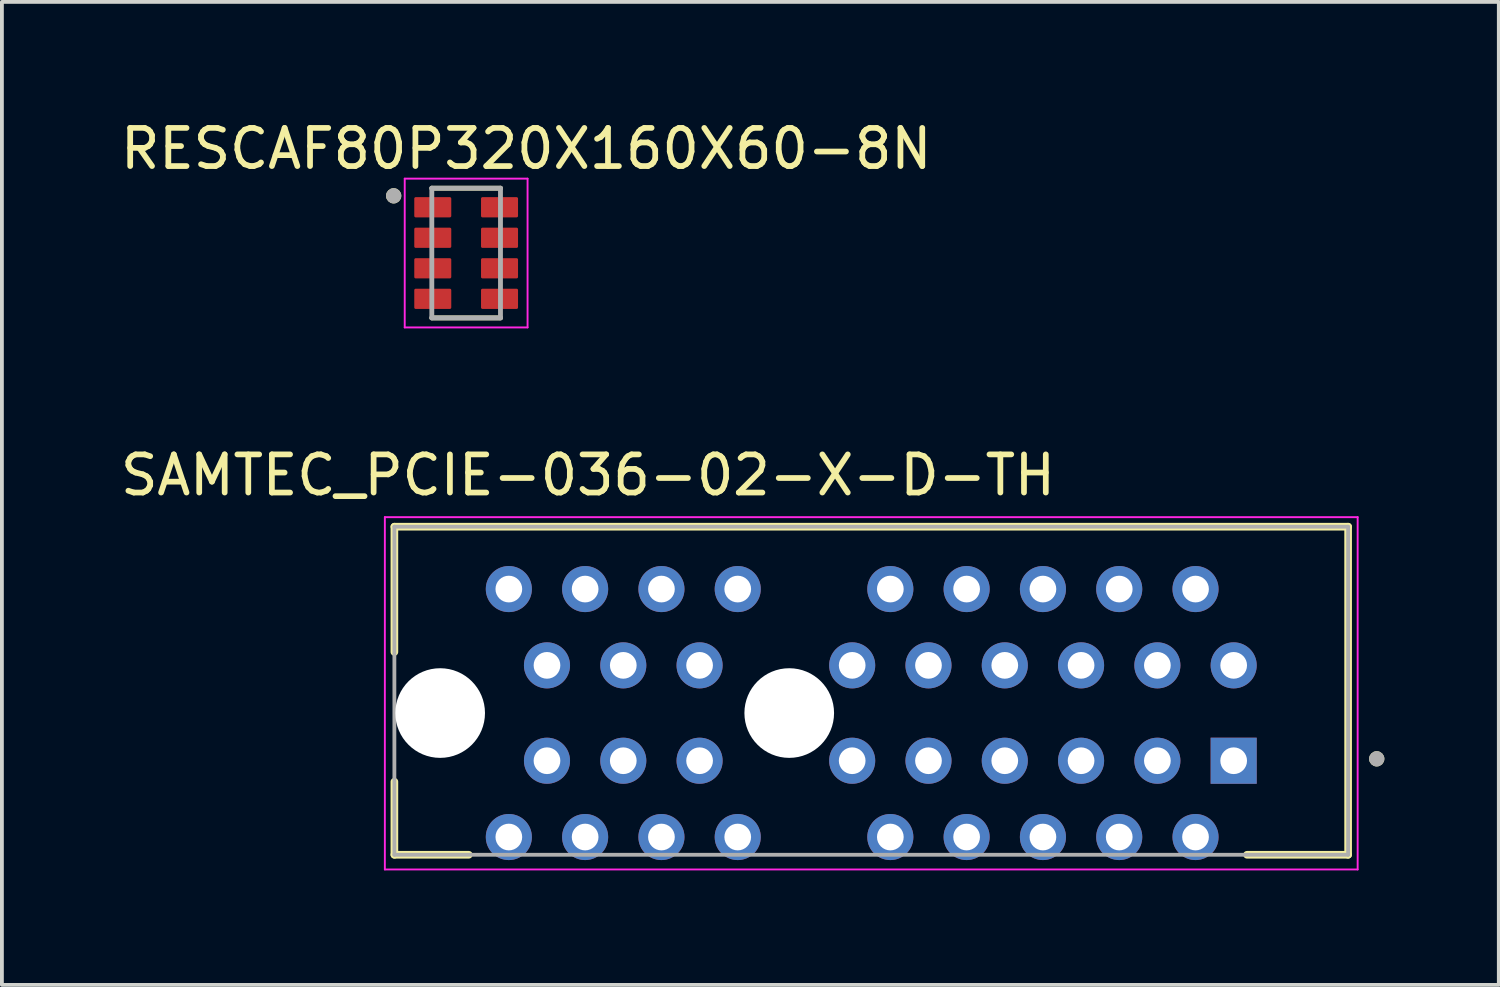
<source format=kicad_pcb>
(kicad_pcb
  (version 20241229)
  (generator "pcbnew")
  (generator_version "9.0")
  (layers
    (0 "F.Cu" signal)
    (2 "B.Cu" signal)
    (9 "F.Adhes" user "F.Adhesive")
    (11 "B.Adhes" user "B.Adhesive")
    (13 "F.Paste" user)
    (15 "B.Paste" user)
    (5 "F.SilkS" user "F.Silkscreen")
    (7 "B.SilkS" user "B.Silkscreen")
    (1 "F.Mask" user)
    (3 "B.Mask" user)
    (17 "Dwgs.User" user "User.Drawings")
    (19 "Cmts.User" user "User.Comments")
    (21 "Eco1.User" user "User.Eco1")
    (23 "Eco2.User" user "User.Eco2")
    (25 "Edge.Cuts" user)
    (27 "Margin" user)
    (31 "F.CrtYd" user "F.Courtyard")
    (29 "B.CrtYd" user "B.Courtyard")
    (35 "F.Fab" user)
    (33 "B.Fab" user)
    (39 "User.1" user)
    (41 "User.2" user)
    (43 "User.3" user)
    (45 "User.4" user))
  (footprint "RESCAF80P320X160X60-8N"
    (layer "F.Cu")
    (at 9.169 3.583)
    (property "Reference" "RESCAF80P320X160X60-8N" (at 1.575 -2.735 0) (layer "F.SilkS") (effects (font (size 1 1) (thickness 0.15))))
    (attr through_hole)
    (fp_line (start -0.9 -1.7) (end 0.9 -1.7) (stroke (width 0.127) (type solid)) (layer "F.SilkS"))
    (fp_line (start 0.9 1.7) (end -0.9 1.7) (stroke (width 0.127) (type solid)) (layer "F.SilkS"))
    (fp_circle (center -1.9 -1.5) (end -1.8 -1.5) (stroke (width 0.2) (type solid)) (fill no) (layer "F.SilkS"))
    (fp_line (start -1.61 -1.95) (end 1.61 -1.95) (stroke (width 0.05) (type solid)) (layer "F.CrtYd"))
    (fp_line (start -1.61 1.95) (end -1.61 -1.95) (stroke (width 0.05) (type solid)) (layer "F.CrtYd"))
    (fp_line (start 1.61 -1.95) (end 1.61 1.95) (stroke (width 0.05) (type solid)) (layer "F.CrtYd"))
    (fp_line (start 1.61 1.95) (end -1.61 1.95) (stroke (width 0.05) (type solid)) (layer "F.CrtYd"))
    (fp_line (start -0.9 -1.7) (end 0.9 -1.7) (stroke (width 0.127) (type solid)) (layer "F.Fab"))
    (fp_line (start -0.9 1.7) (end -0.9 -1.7) (stroke (width 0.127) (type solid)) (layer "F.Fab"))
    (fp_line (start 0.9 -1.7) (end 0.9 1.7) (stroke (width 0.127) (type solid)) (layer "F.Fab"))
    (fp_line (start 0.9 1.7) (end -0.9 1.7) (stroke (width 0.127) (type solid)) (layer "F.Fab"))
    (fp_circle (center -1.9 -1.5) (end -1.8 -1.5) (stroke (width 0.2) (type solid)) (fill no) (layer "F.Fab"))
    (pad "1" smd roundrect (at -0.875 -1.2) (size 0.97 0.53) (layers "F.Cu" "F.Mask" "F.Paste") (roundrect_rratio 0.07))
    (pad "2" smd roundrect (at -0.875 -0.4) (size 0.97 0.53) (layers "F.Cu" "F.Mask" "F.Paste") (roundrect_rratio 0.07))
    (pad "3" smd roundrect (at -0.875 0.4) (size 0.97 0.53) (layers "F.Cu" "F.Mask" "F.Paste") (roundrect_rratio 0.07))
    (pad "4" smd roundrect (at -0.875 1.2) (size 0.97 0.53) (layers "F.Cu" "F.Mask" "F.Paste") (roundrect_rratio 0.07))
    (pad "5" smd roundrect (at 0.875 1.2 180) (size 0.97 0.53) (layers "F.Cu" "F.Mask" "F.Paste") (roundrect_rratio 0.07))
    (pad "6" smd roundrect (at 0.875 0.4 180) (size 0.97 0.53) (layers "F.Cu" "F.Mask" "F.Paste") (roundrect_rratio 0.07))
    (pad "7" smd roundrect (at 0.875 -0.4 180) (size 0.97 0.53) (layers "F.Cu" "F.Mask" "F.Paste") (roundrect_rratio 0.07))
    (pad "8" smd roundrect (at 0.875 -1.2 180) (size 0.97 0.53) (layers "F.Cu" "F.Mask" "F.Paste") (roundrect_rratio 0.07)))
  (footprint "SAMTEC_PCIE-036-02-X-D-TH"
    (layer "F.Cu")
    (at 19.788 15.056)
    (property "Reference" "SAMTEC_PCIE-036-02-X-D-TH" (at -7.425 -5.65 0) (layer "F.SilkS") (effects (font (size 1 1) (thickness 0.15))))
    (attr through_hole)
    (fp_line (start -12.5 -4.3) (end 12.5 -4.3) (stroke (width 0.2) (type solid)) (layer "F.SilkS"))
    (fp_line (start -12.5 -1.015) (end -12.5 -4.3) (stroke (width 0.2) (type solid)) (layer "F.SilkS"))
    (fp_line (start -12.5 4.3) (end -12.5 2.385) (stroke (width 0.2) (type solid)) (layer "F.SilkS"))
    (fp_line (start -10.55 4.3) (end -12.5 4.3) (stroke (width 0.2) (type solid)) (layer "F.SilkS"))
    (fp_line (start 12.5 -4.3) (end 12.5 4.3) (stroke (width 0.2) (type solid)) (layer "F.SilkS"))
    (fp_line (start 12.5 4.3) (end 9.85 4.3) (stroke (width 0.2) (type solid)) (layer "F.SilkS"))
    (fp_circle (center 13.25 1.785) (end 13.35 1.785) (stroke (width 0.2) (type solid)) (fill no) (layer "F.SilkS"))
    (fp_line (start -12.75 -4.55) (end 12.75 -4.55) (stroke (width 0.05) (type solid)) (layer "F.CrtYd"))
    (fp_line (start -12.75 4.685) (end -12.75 -4.55) (stroke (width 0.05) (type solid)) (layer "F.CrtYd"))
    (fp_line (start 12.75 -4.55) (end 12.75 4.685) (stroke (width 0.05) (type solid)) (layer "F.CrtYd"))
    (fp_line (start 12.75 4.685) (end -12.75 4.685) (stroke (width 0.05) (type solid)) (layer "F.CrtYd"))
    (fp_line (start -12.5 -4.3) (end 12.5 -4.3) (stroke (width 0.1) (type solid)) (layer "F.Fab"))
    (fp_line (start -12.5 4.3) (end -12.5 -4.3) (stroke (width 0.1) (type solid)) (layer "F.Fab"))
    (fp_line (start 12.5 -4.3) (end 12.5 4.3) (stroke (width 0.1) (type solid)) (layer "F.Fab"))
    (fp_line (start 12.5 4.3) (end -12.5 4.3) (stroke (width 0.1) (type solid)) (layer "F.Fab"))
    (fp_circle (center 13.25 1.785) (end 13.35 1.785) (stroke (width 0.2) (type solid)) (fill no) (layer "F.Fab"))
    (pad "" np_thru_hole circle (at -11.3 0.585) (size 2.35 2.35) (drill 2.35) (layers "*.Cu" "*.Mask"))
    (pad "" np_thru_hole circle (at -2.15 0.585) (size 2.35 2.35) (drill 2.35) (layers "*.Cu" "*.Mask"))
    (pad "A1" thru_hole rect (at 9.5 1.835) (size 1.208 1.208) (drill 0.7) (layers "*.Cu" "*.Mask"))
    (pad "A2" thru_hole circle (at 8.5 3.835) (size 1.208 1.208) (drill 0.7) (layers "*.Cu" "*.Mask"))
    (pad "A3" thru_hole circle (at 7.5 1.835) (size 1.208 1.208) (drill 0.7) (layers "*.Cu" "*.Mask"))
    (pad "A4" thru_hole circle (at 6.5 3.835) (size 1.208 1.208) (drill 0.7) (layers "*.Cu" "*.Mask"))
    (pad "A5" thru_hole circle (at 5.5 1.835) (size 1.208 1.208) (drill 0.7) (layers "*.Cu" "*.Mask"))
    (pad "A6" thru_hole circle (at 4.5 3.835) (size 1.208 1.208) (drill 0.7) (layers "*.Cu" "*.Mask"))
    (pad "A7" thru_hole circle (at 3.5 1.835) (size 1.208 1.208) (drill 0.7) (layers "*.Cu" "*.Mask"))
    (pad "A8" thru_hole circle (at 2.5 3.835) (size 1.208 1.208) (drill 0.7) (layers "*.Cu" "*.Mask"))
    (pad "A9" thru_hole circle (at 1.5 1.835) (size 1.208 1.208) (drill 0.7) (layers "*.Cu" "*.Mask"))
    (pad "A10" thru_hole circle (at 0.5 3.835) (size 1.208 1.208) (drill 0.7) (layers "*.Cu" "*.Mask"))
    (pad "A11" thru_hole circle (at -0.5 1.835) (size 1.208 1.208) (drill 0.7) (layers "*.Cu" "*.Mask"))
    (pad "A12" thru_hole circle (at -3.5 3.835) (size 1.208 1.208) (drill 0.7) (layers "*.Cu" "*.Mask"))
    (pad "A13" thru_hole circle (at -4.5 1.835) (size 1.208 1.208) (drill 0.7) (layers "*.Cu" "*.Mask"))
    (pad "A14" thru_hole circle (at -5.5 3.835) (size 1.208 1.208) (drill 0.7) (layers "*.Cu" "*.Mask"))
    (pad "A15" thru_hole circle (at -6.5 1.835) (size 1.208 1.208) (drill 0.7) (layers "*.Cu" "*.Mask"))
    (pad "A16" thru_hole circle (at -7.5 3.835) (size 1.208 1.208) (drill 0.7) (layers "*.Cu" "*.Mask"))
    (pad "A17" thru_hole circle (at -8.5 1.835) (size 1.208 1.208) (drill 0.7) (layers "*.Cu" "*.Mask"))
    (pad "A18" thru_hole circle (at -9.5 3.835) (size 1.208 1.208) (drill 0.7) (layers "*.Cu" "*.Mask"))
    (pad "B1" thru_hole circle (at 9.5 -0.665) (size 1.208 1.208) (drill 0.7) (layers "*.Cu" "*.Mask"))
    (pad "B2" thru_hole circle (at 8.5 -2.665) (size 1.208 1.208) (drill 0.7) (layers "*.Cu" "*.Mask"))
    (pad "B3" thru_hole circle (at 7.5 -0.665) (size 1.208 1.208) (drill 0.7) (layers "*.Cu" "*.Mask"))
    (pad "B4" thru_hole circle (at 6.5 -2.665) (size 1.208 1.208) (drill 0.7) (layers "*.Cu" "*.Mask"))
    (pad "B5" thru_hole circle (at 5.5 -0.665) (size 1.208 1.208) (drill 0.7) (layers "*.Cu" "*.Mask"))
    (pad "B6" thru_hole circle (at 4.5 -2.665) (size 1.208 1.208) (drill 0.7) (layers "*.Cu" "*.Mask"))
    (pad "B7" thru_hole circle (at 3.5 -0.665) (size 1.208 1.208) (drill 0.7) (layers "*.Cu" "*.Mask"))
    (pad "B8" thru_hole circle (at 2.5 -2.665) (size 1.208 1.208) (drill 0.7) (layers "*.Cu" "*.Mask"))
    (pad "B9" thru_hole circle (at 1.5 -0.665) (size 1.208 1.208) (drill 0.7) (layers "*.Cu" "*.Mask"))
    (pad "B10" thru_hole circle (at 0.5 -2.665) (size 1.208 1.208) (drill 0.7) (layers "*.Cu" "*.Mask"))
    (pad "B11" thru_hole circle (at -0.5 -0.665) (size 1.208 1.208) (drill 0.7) (layers "*.Cu" "*.Mask"))
    (pad "B12" thru_hole circle (at -3.5 -2.665) (size 1.208 1.208) (drill 0.7) (layers "*.Cu" "*.Mask"))
    (pad "B13" thru_hole circle (at -4.5 -0.665) (size 1.208 1.208) (drill 0.7) (layers "*.Cu" "*.Mask"))
    (pad "B14" thru_hole circle (at -5.5 -2.665) (size 1.208 1.208) (drill 0.7) (layers "*.Cu" "*.Mask"))
    (pad "B15" thru_hole circle (at -6.5 -0.665) (size 1.208 1.208) (drill 0.7) (layers "*.Cu" "*.Mask"))
    (pad "B16" thru_hole circle (at -7.5 -2.665) (size 1.208 1.208) (drill 0.7) (layers "*.Cu" "*.Mask"))
    (pad "B17" thru_hole circle (at -8.5 -0.665) (size 1.208 1.208) (drill 0.7) (layers "*.Cu" "*.Mask"))
    (pad "B18" thru_hole circle (at -9.5 -2.665) (size 1.208 1.208) (drill 0.7) (layers "*.Cu" "*.Mask")))
  (gr_rect
    (start -3 -3)
    (end 36.238 22.767)
    (stroke (width 0.1) (type default))
    (fill no)
    (layer "Edge.Cuts")))
</source>
